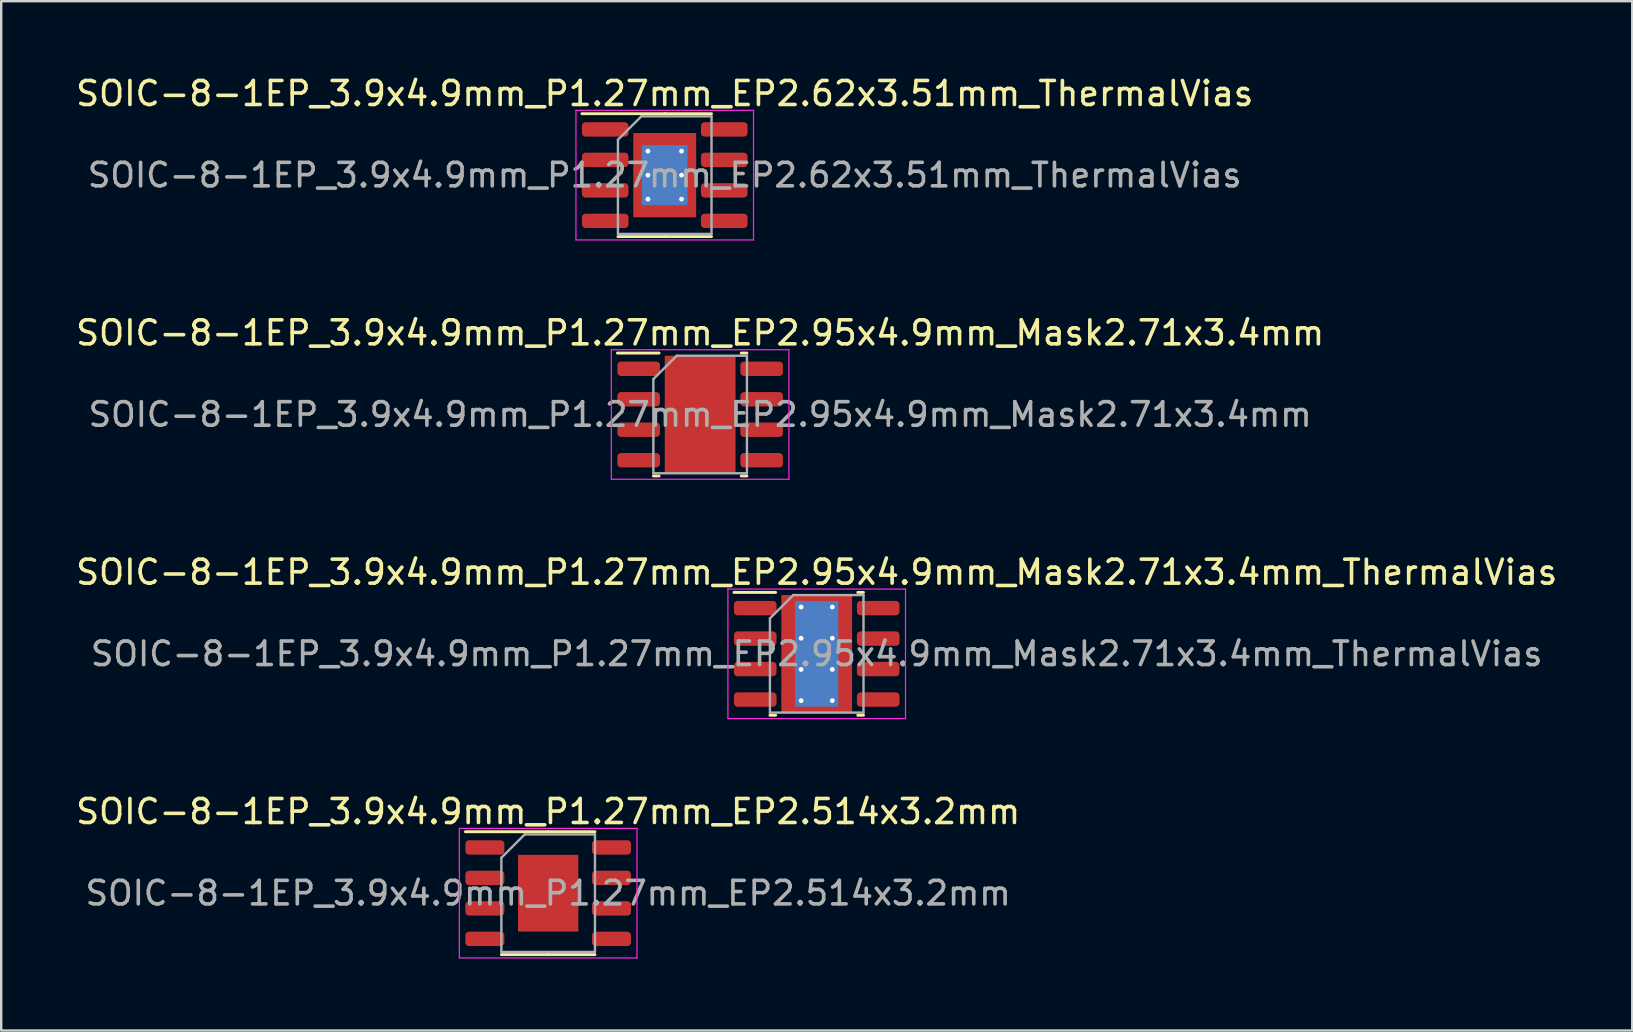
<source format=kicad_pcb>
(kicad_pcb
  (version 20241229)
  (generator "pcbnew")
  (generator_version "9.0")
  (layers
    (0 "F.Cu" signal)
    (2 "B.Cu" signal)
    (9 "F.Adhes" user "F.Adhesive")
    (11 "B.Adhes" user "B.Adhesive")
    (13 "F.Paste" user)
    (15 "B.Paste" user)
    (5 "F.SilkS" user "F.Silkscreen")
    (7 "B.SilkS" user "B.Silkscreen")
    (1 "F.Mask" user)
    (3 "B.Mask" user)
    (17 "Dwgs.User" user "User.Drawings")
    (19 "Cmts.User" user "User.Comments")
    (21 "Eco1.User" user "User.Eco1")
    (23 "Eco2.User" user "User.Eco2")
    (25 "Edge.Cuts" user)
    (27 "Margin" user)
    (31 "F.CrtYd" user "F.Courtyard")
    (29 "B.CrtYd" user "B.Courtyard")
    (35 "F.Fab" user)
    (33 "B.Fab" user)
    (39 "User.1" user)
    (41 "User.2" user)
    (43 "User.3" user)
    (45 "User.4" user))
  (footprint "SOIC-8-1EP_3.9x4.9mm_P1.27mm_EP2.95x4.9mm_Mask2.71x3.4mm_ThermalVias"
    (layer "F.Cu")
    (at 30.982 24.195)
    (property "Reference" "SOIC-8-1EP_3.9x4.9mm_P1.27mm_EP2.95x4.9mm_Mask2.71x3.4mm_ThermalVias" (at 0 -3.4 0) (layer "F.SilkS") (effects (font (size 1 1) (thickness 0.15))))
    (attr smd)
    (fp_line (start -1.711 -2.56) (end -3.45 -2.56) (stroke (width 0.12) (type solid)) (layer "F.SilkS"))
    (fp_line (start -1.711 2.56) (end -1.95 2.56) (stroke (width 0.12) (type solid)) (layer "F.SilkS"))
    (fp_line (start 1.711 -2.56) (end 1.95 -2.56) (stroke (width 0.12) (type solid)) (layer "F.SilkS"))
    (fp_line (start 1.711 2.56) (end 1.95 2.56) (stroke (width 0.12) (type solid)) (layer "F.SilkS"))
    (fp_line (start -3.7 -2.7) (end -3.7 2.7) (stroke (width 0.05) (type solid)) (layer "F.CrtYd"))
    (fp_line (start -3.7 2.7) (end 3.7 2.7) (stroke (width 0.05) (type solid)) (layer "F.CrtYd"))
    (fp_line (start 3.7 -2.7) (end -3.7 -2.7) (stroke (width 0.05) (type solid)) (layer "F.CrtYd"))
    (fp_line (start 3.7 2.7) (end 3.7 -2.7) (stroke (width 0.05) (type solid)) (layer "F.CrtYd"))
    (fp_line (start -1.95 -1.475) (end -0.975 -2.45) (stroke (width 0.1) (type solid)) (layer "F.Fab"))
    (fp_line (start -1.95 2.45) (end -1.95 -1.475) (stroke (width 0.1) (type solid)) (layer "F.Fab"))
    (fp_line (start -0.975 -2.45) (end 1.95 -2.45) (stroke (width 0.1) (type solid)) (layer "F.Fab"))
    (fp_line (start 1.95 -2.45) (end 1.95 2.45) (stroke (width 0.1) (type solid)) (layer "F.Fab"))
    (fp_line (start 1.95 2.45) (end -1.95 2.45) (stroke (width 0.1) (type solid)) (layer "F.Fab"))
    (fp_text user "${REFERENCE}" (at 0 0 0) (layer "F.Fab") (effects (font (size 0.98 0.98) (thickness 0.15))))
    (pad "" smd roundrect (at -0.68 -0.85) (size 1.13 1.42) (layers "F.Paste") (roundrect_rratio 0.221))
    (pad "" smd roundrect (at -0.68 0.85) (size 1.13 1.42) (layers "F.Paste") (roundrect_rratio 0.221))
    (pad "" smd rect (at 0 0) (size 2.71 3.4) (layers "F.Mask"))
    (pad "" smd roundrect (at 0.68 -0.85) (size 1.13 1.42) (layers "F.Paste") (roundrect_rratio 0.221))
    (pad "" smd roundrect (at 0.68 0.85) (size 1.13 1.42) (layers "F.Paste") (roundrect_rratio 0.221))
    (pad "1" smd roundrect (at -2.562 -1.905) (size 1.775 0.6) (layers "F.Cu" "F.Mask" "F.Paste") (roundrect_rratio 0.25))
    (pad "2" smd roundrect (at -2.562 -0.635) (size 1.775 0.6) (layers "F.Cu" "F.Mask" "F.Paste") (roundrect_rratio 0.25))
    (pad "3" smd roundrect (at -2.562 0.635) (size 1.775 0.6) (layers "F.Cu" "F.Mask" "F.Paste") (roundrect_rratio 0.25))
    (pad "4" smd roundrect (at -2.562 1.905) (size 1.775 0.6) (layers "F.Cu" "F.Mask" "F.Paste") (roundrect_rratio 0.25))
    (pad "5" smd roundrect (at 2.562 1.905) (size 1.775 0.6) (layers "F.Cu" "F.Mask" "F.Paste") (roundrect_rratio 0.25))
    (pad "6" smd roundrect (at 2.562 0.635) (size 1.775 0.6) (layers "F.Cu" "F.Mask" "F.Paste") (roundrect_rratio 0.25))
    (pad "7" smd roundrect (at 2.562 -0.635) (size 1.775 0.6) (layers "F.Cu" "F.Mask" "F.Paste") (roundrect_rratio 0.25))
    (pad "8" smd roundrect (at 2.562 -1.905) (size 1.775 0.6) (layers "F.Cu" "F.Mask" "F.Paste") (roundrect_rratio 0.25))
    (pad "9" thru_hole circle (at -0.65 -1.95) (size 0.5 0.5) (drill 0.2) (layers "*.Cu"))
    (pad "9" thru_hole circle (at -0.65 -0.65) (size 0.5 0.5) (drill 0.2) (layers "*.Cu"))
    (pad "9" thru_hole circle (at -0.65 0.65) (size 0.5 0.5) (drill 0.2) (layers "*.Cu"))
    (pad "9" thru_hole circle (at -0.65 1.95) (size 0.5 0.5) (drill 0.2) (layers "*.Cu"))
    (pad "9" smd rect (at 0 0) (size 1.8 4.4) (layers "B.Cu"))
    (pad "9" smd rect (at 0 0) (size 2.95 4.9) (layers "F.Cu"))
    (pad "9" thru_hole circle (at 0.65 -1.95) (size 0.5 0.5) (drill 0.2) (layers "*.Cu"))
    (pad "9" thru_hole circle (at 0.65 -0.65) (size 0.5 0.5) (drill 0.2) (layers "*.Cu"))
    (pad "9" thru_hole circle (at 0.65 0.65) (size 0.5 0.5) (drill 0.2) (layers "*.Cu"))
    (pad "9" thru_hole circle (at 0.65 1.95) (size 0.5 0.5) (drill 0.2) (layers "*.Cu")))
  (footprint "SOIC-8-1EP_3.9x4.9mm_P1.27mm_EP2.514x3.2mm"
    (layer "F.Cu")
    (at 19.792 34.168)
    (property "Reference" "SOIC-8-1EP_3.9x4.9mm_P1.27mm_EP2.514x3.2mm" (at 0 -3.4 0) (layer "F.SilkS") (effects (font (size 1 1) (thickness 0.15))))
    (attr smd)
    (fp_line (start 0 -2.56) (end -3.45 -2.56) (stroke (width 0.12) (type solid)) (layer "F.SilkS"))
    (fp_line (start 0 -2.56) (end 1.95 -2.56) (stroke (width 0.12) (type solid)) (layer "F.SilkS"))
    (fp_line (start 0 2.56) (end -1.95 2.56) (stroke (width 0.12) (type solid)) (layer "F.SilkS"))
    (fp_line (start 0 2.56) (end 1.95 2.56) (stroke (width 0.12) (type solid)) (layer "F.SilkS"))
    (fp_line (start -3.7 -2.7) (end -3.7 2.7) (stroke (width 0.05) (type solid)) (layer "F.CrtYd"))
    (fp_line (start -3.7 2.7) (end 3.7 2.7) (stroke (width 0.05) (type solid)) (layer "F.CrtYd"))
    (fp_line (start 3.7 -2.7) (end -3.7 -2.7) (stroke (width 0.05) (type solid)) (layer "F.CrtYd"))
    (fp_line (start 3.7 2.7) (end 3.7 -2.7) (stroke (width 0.05) (type solid)) (layer "F.CrtYd"))
    (fp_line (start -1.95 -1.475) (end -0.975 -2.45) (stroke (width 0.1) (type solid)) (layer "F.Fab"))
    (fp_line (start -1.95 2.45) (end -1.95 -1.475) (stroke (width 0.1) (type solid)) (layer "F.Fab"))
    (fp_line (start -0.975 -2.45) (end 1.95 -2.45) (stroke (width 0.1) (type solid)) (layer "F.Fab"))
    (fp_line (start 1.95 -2.45) (end 1.95 2.45) (stroke (width 0.1) (type solid)) (layer "F.Fab"))
    (fp_line (start 1.95 2.45) (end -1.95 2.45) (stroke (width 0.1) (type solid)) (layer "F.Fab"))
    (fp_text user "${REFERENCE}" (at 0 0 0) (layer "F.Fab") (effects (font (size 0.98 0.98) (thickness 0.15))))
    (pad "" smd roundrect (at -0.63 -0.8) (size 1.01 1.29) (layers "F.Paste") (roundrect_rratio 0.248))
    (pad "" smd roundrect (at -0.63 0.8) (size 1.01 1.29) (layers "F.Paste") (roundrect_rratio 0.248))
    (pad "" smd roundrect (at 0.63 -0.8) (size 1.01 1.29) (layers "F.Paste") (roundrect_rratio 0.248))
    (pad "" smd roundrect (at 0.63 0.8) (size 1.01 1.29) (layers "F.Paste") (roundrect_rratio 0.248))
    (pad "1" smd roundrect (at -2.638 -1.905) (size 1.625 0.6) (layers "F.Cu" "F.Mask" "F.Paste") (roundrect_rratio 0.25))
    (pad "2" smd roundrect (at -2.638 -0.635) (size 1.625 0.6) (layers "F.Cu" "F.Mask" "F.Paste") (roundrect_rratio 0.25))
    (pad "3" smd roundrect (at -2.638 0.635) (size 1.625 0.6) (layers "F.Cu" "F.Mask" "F.Paste") (roundrect_rratio 0.25))
    (pad "4" smd roundrect (at -2.638 1.905) (size 1.625 0.6) (layers "F.Cu" "F.Mask" "F.Paste") (roundrect_rratio 0.25))
    (pad "5" smd roundrect (at 2.638 1.905) (size 1.625 0.6) (layers "F.Cu" "F.Mask" "F.Paste") (roundrect_rratio 0.25))
    (pad "6" smd roundrect (at 2.638 0.635) (size 1.625 0.6) (layers "F.Cu" "F.Mask" "F.Paste") (roundrect_rratio 0.25))
    (pad "7" smd roundrect (at 2.638 -0.635) (size 1.625 0.6) (layers "F.Cu" "F.Mask" "F.Paste") (roundrect_rratio 0.25))
    (pad "8" smd roundrect (at 2.638 -1.905) (size 1.625 0.6) (layers "F.Cu" "F.Mask" "F.Paste") (roundrect_rratio 0.25))
    (pad "9" smd rect (at 0 0) (size 2.514 3.2) (layers "F.Cu" "F.Mask")))
  (footprint "SOIC-8-1EP_3.9x4.9mm_P1.27mm_EP2.95x4.9mm_Mask2.71x3.4mm"
    (layer "F.Cu")
    (at 26.125 14.222)
    (property "Reference" "SOIC-8-1EP_3.9x4.9mm_P1.27mm_EP2.95x4.9mm_Mask2.71x3.4mm" (at 0 -3.4 0) (layer "F.SilkS") (effects (font (size 1 1) (thickness 0.15))))
    (attr smd)
    (fp_line (start -1.711 -2.56) (end -3.45 -2.56) (stroke (width 0.12) (type solid)) (layer "F.SilkS"))
    (fp_line (start -1.711 2.56) (end -1.95 2.56) (stroke (width 0.12) (type solid)) (layer "F.SilkS"))
    (fp_line (start 1.711 -2.56) (end 1.95 -2.56) (stroke (width 0.12) (type solid)) (layer "F.SilkS"))
    (fp_line (start 1.711 2.56) (end 1.95 2.56) (stroke (width 0.12) (type solid)) (layer "F.SilkS"))
    (fp_line (start -3.7 -2.7) (end -3.7 2.7) (stroke (width 0.05) (type solid)) (layer "F.CrtYd"))
    (fp_line (start -3.7 2.7) (end 3.7 2.7) (stroke (width 0.05) (type solid)) (layer "F.CrtYd"))
    (fp_line (start 3.7 -2.7) (end -3.7 -2.7) (stroke (width 0.05) (type solid)) (layer "F.CrtYd"))
    (fp_line (start 3.7 2.7) (end 3.7 -2.7) (stroke (width 0.05) (type solid)) (layer "F.CrtYd"))
    (fp_line (start -1.95 -1.475) (end -0.975 -2.45) (stroke (width 0.1) (type solid)) (layer "F.Fab"))
    (fp_line (start -1.95 2.45) (end -1.95 -1.475) (stroke (width 0.1) (type solid)) (layer "F.Fab"))
    (fp_line (start -0.975 -2.45) (end 1.95 -2.45) (stroke (width 0.1) (type solid)) (layer "F.Fab"))
    (fp_line (start 1.95 -2.45) (end 1.95 2.45) (stroke (width 0.1) (type solid)) (layer "F.Fab"))
    (fp_line (start 1.95 2.45) (end -1.95 2.45) (stroke (width 0.1) (type solid)) (layer "F.Fab"))
    (fp_text user "${REFERENCE}" (at 0 0 0) (layer "F.Fab") (effects (font (size 0.98 0.98) (thickness 0.15))))
    (pad "" smd roundrect (at -0.68 -0.85) (size 1.09 1.37) (layers "F.Paste") (roundrect_rratio 0.229))
    (pad "" smd roundrect (at -0.68 0.85) (size 1.09 1.37) (layers "F.Paste") (roundrect_rratio 0.229))
    (pad "" smd rect (at 0 0) (size 2.71 3.4) (layers "F.Mask"))
    (pad "" smd roundrect (at 0.68 -0.85) (size 1.09 1.37) (layers "F.Paste") (roundrect_rratio 0.229))
    (pad "" smd roundrect (at 0.68 0.85) (size 1.09 1.37) (layers "F.Paste") (roundrect_rratio 0.229))
    (pad "1" smd roundrect (at -2.562 -1.905) (size 1.775 0.6) (layers "F.Cu" "F.Mask" "F.Paste") (roundrect_rratio 0.25))
    (pad "2" smd roundrect (at -2.562 -0.635) (size 1.775 0.6) (layers "F.Cu" "F.Mask" "F.Paste") (roundrect_rratio 0.25))
    (pad "3" smd roundrect (at -2.562 0.635) (size 1.775 0.6) (layers "F.Cu" "F.Mask" "F.Paste") (roundrect_rratio 0.25))
    (pad "4" smd roundrect (at -2.562 1.905) (size 1.775 0.6) (layers "F.Cu" "F.Mask" "F.Paste") (roundrect_rratio 0.25))
    (pad "5" smd roundrect (at 2.562 1.905) (size 1.775 0.6) (layers "F.Cu" "F.Mask" "F.Paste") (roundrect_rratio 0.25))
    (pad "6" smd roundrect (at 2.562 0.635) (size 1.775 0.6) (layers "F.Cu" "F.Mask" "F.Paste") (roundrect_rratio 0.25))
    (pad "7" smd roundrect (at 2.562 -0.635) (size 1.775 0.6) (layers "F.Cu" "F.Mask" "F.Paste") (roundrect_rratio 0.25))
    (pad "8" smd roundrect (at 2.562 -1.905) (size 1.775 0.6) (layers "F.Cu" "F.Mask" "F.Paste") (roundrect_rratio 0.25))
    (pad "9" smd rect (at 0 0) (size 2.95 4.9) (layers "F.Cu")))
  (footprint "SOIC-8-1EP_3.9x4.9mm_P1.27mm_EP2.62x3.51mm_ThermalVias"
    (layer "F.Cu")
    (at 24.649 4.248)
    (property "Reference" "SOIC-8-1EP_3.9x4.9mm_P1.27mm_EP2.62x3.51mm_ThermalVias" (at 0 -3.4 0) (layer "F.SilkS") (effects (font (size 1 1) (thickness 0.15))))
    (attr smd)
    (fp_line (start 0 -2.56) (end -3.45 -2.56) (stroke (width 0.12) (type solid)) (layer "F.SilkS"))
    (fp_line (start 0 -2.56) (end 1.95 -2.56) (stroke (width 0.12) (type solid)) (layer "F.SilkS"))
    (fp_line (start 0 2.56) (end -1.95 2.56) (stroke (width 0.12) (type solid)) (layer "F.SilkS"))
    (fp_line (start 0 2.56) (end 1.95 2.56) (stroke (width 0.12) (type solid)) (layer "F.SilkS"))
    (fp_line (start -3.7 -2.7) (end -3.7 2.7) (stroke (width 0.05) (type solid)) (layer "F.CrtYd"))
    (fp_line (start -3.7 2.7) (end 3.7 2.7) (stroke (width 0.05) (type solid)) (layer "F.CrtYd"))
    (fp_line (start 3.7 -2.7) (end -3.7 -2.7) (stroke (width 0.05) (type solid)) (layer "F.CrtYd"))
    (fp_line (start 3.7 2.7) (end 3.7 -2.7) (stroke (width 0.05) (type solid)) (layer "F.CrtYd"))
    (fp_line (start -1.95 -1.475) (end -0.975 -2.45) (stroke (width 0.1) (type solid)) (layer "F.Fab"))
    (fp_line (start -1.95 2.45) (end -1.95 -1.475) (stroke (width 0.1) (type solid)) (layer "F.Fab"))
    (fp_line (start -0.975 -2.45) (end 1.95 -2.45) (stroke (width 0.1) (type solid)) (layer "F.Fab"))
    (fp_line (start 1.95 -2.45) (end 1.95 2.45) (stroke (width 0.1) (type solid)) (layer "F.Fab"))
    (fp_line (start 1.95 2.45) (end -1.95 2.45) (stroke (width 0.1) (type solid)) (layer "F.Fab"))
    (fp_text user "${REFERENCE}" (at 0 0 0) (layer "F.Fab") (effects (font (size 0.98 0.98) (thickness 0.15))))
    (pad "" smd roundrect (at -0.655 -0.875) (size 1.1 1.47) (layers "F.Paste") (roundrect_rratio 0.227))
    (pad "" smd roundrect (at -0.655 0.875) (size 1.1 1.47) (layers "F.Paste") (roundrect_rratio 0.227))
    (pad "" smd roundrect (at 0.655 -0.875) (size 1.1 1.47) (layers "F.Paste") (roundrect_rratio 0.227))
    (pad "" smd roundrect (at 0.655 0.875) (size 1.1 1.47) (layers "F.Paste") (roundrect_rratio 0.227))
    (pad "1" smd roundrect (at -2.48 -1.905) (size 1.94 0.6) (layers "F.Cu" "F.Mask" "F.Paste") (roundrect_rratio 0.25))
    (pad "2" smd roundrect (at -2.48 -0.635) (size 1.94 0.6) (layers "F.Cu" "F.Mask" "F.Paste") (roundrect_rratio 0.25))
    (pad "3" smd roundrect (at -2.48 0.635) (size 1.94 0.6) (layers "F.Cu" "F.Mask" "F.Paste") (roundrect_rratio 0.25))
    (pad "4" smd roundrect (at -2.48 1.905) (size 1.94 0.6) (layers "F.Cu" "F.Mask" "F.Paste") (roundrect_rratio 0.25))
    (pad "5" smd roundrect (at 2.48 1.905) (size 1.94 0.6) (layers "F.Cu" "F.Mask" "F.Paste") (roundrect_rratio 0.25))
    (pad "6" smd roundrect (at 2.48 0.635) (size 1.94 0.6) (layers "F.Cu" "F.Mask" "F.Paste") (roundrect_rratio 0.25))
    (pad "7" smd roundrect (at 2.48 -0.635) (size 1.94 0.6) (layers "F.Cu" "F.Mask" "F.Paste") (roundrect_rratio 0.25))
    (pad "8" smd roundrect (at 2.48 -1.905) (size 1.94 0.6) (layers "F.Cu" "F.Mask" "F.Paste") (roundrect_rratio 0.25))
    (pad "9" thru_hole circle (at -0.7 -1) (size 0.5 0.5) (drill 0.2) (layers "*.Cu"))
    (pad "9" thru_hole circle (at -0.7 0) (size 0.5 0.5) (drill 0.2) (layers "*.Cu"))
    (pad "9" thru_hole circle (at -0.7 1) (size 0.5 0.5) (drill 0.2) (layers "*.Cu"))
    (pad "9" smd rect (at 0 0) (size 1.9 2.5) (layers "B.Cu"))
    (pad "9" smd rect (at 0 0) (size 2.62 3.51) (layers "F.Cu" "F.Mask"))
    (pad "9" thru_hole circle (at 0.7 -1) (size 0.5 0.5) (drill 0.2) (layers "*.Cu"))
    (pad "9" thru_hole circle (at 0.7 0) (size 0.5 0.5) (drill 0.2) (layers "*.Cu"))
    (pad "9" thru_hole circle (at 0.7 1) (size 0.5 0.5) (drill 0.2) (layers "*.Cu")))
  (gr_rect
    (start -3 -3)
    (end 64.964 39.893)
    (stroke (width 0.1) (type default))
    (fill no)
    (layer "Edge.Cuts")))
</source>
